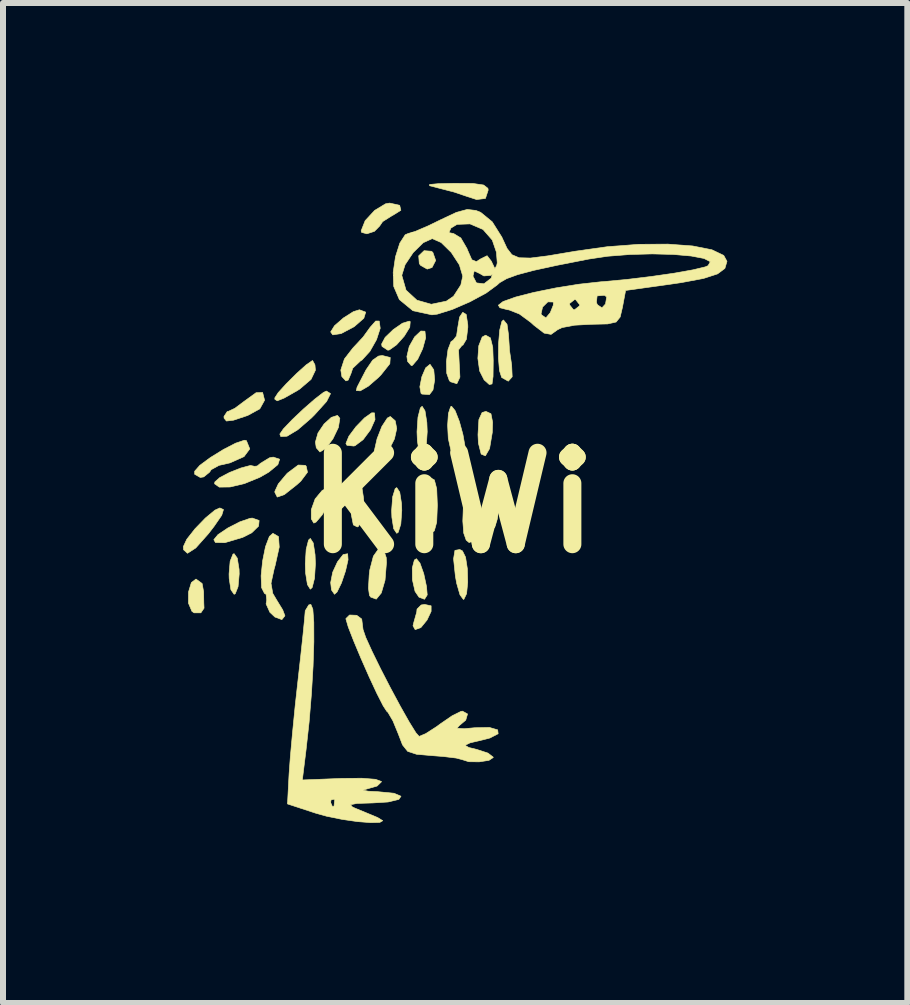
<source format=kicad_pcb>
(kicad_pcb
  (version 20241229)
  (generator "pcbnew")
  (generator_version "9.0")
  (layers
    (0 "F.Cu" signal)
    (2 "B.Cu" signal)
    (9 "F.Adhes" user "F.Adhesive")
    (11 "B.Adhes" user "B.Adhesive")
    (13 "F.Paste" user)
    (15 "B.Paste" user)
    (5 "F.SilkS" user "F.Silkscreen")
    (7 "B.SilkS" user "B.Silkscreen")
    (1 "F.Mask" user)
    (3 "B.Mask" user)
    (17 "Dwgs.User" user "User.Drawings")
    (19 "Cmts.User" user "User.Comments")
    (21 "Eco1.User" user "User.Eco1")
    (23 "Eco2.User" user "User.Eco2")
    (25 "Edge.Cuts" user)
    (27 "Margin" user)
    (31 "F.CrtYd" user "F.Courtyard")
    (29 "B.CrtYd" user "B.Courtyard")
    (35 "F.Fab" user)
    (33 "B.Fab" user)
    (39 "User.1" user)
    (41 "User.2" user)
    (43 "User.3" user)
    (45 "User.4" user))
  (footprint "KiWi"
    (layer "F.Cu")
    (at 4.492 5.329)
    (property "Reference" "KiWi" (at 0 0 0) (layer "F.SilkS") (effects (font (size 1.524 1.524) (thickness 0.3))))
    (attr through_hole)
    (fp_poly (pts (xy -0.352 -4.192) (xy -0.329 -4.173) (xy -0.282 -4.039) (xy -0.343 -3.921) (xy -0.423 -3.895) (xy -0.532 -3.956) (xy -0.555 -3.987) (xy -0.565 -4.116) (xy -0.475 -4.202) (xy -0.352 -4.192)) (stroke (width 0.01) (type solid)) (fill yes) (layer "F.SilkS"))
    (fp_poly (pts (xy -4.174 1.344) (xy -4.149 1.482) (xy -4.146 1.667) (xy -4.142 1.755) (xy -4.195 1.833) (xy -4.308 1.833) (xy -4.344 1.808) (xy -4.402 1.671) (xy -4.401 1.486) (xy -4.353 1.328) (xy -4.276 1.27) (xy -4.174 1.344)) (stroke (width 0.01) (type solid)) (fill yes) (layer "F.SilkS"))
    (fp_poly (pts (xy -1.991 -0.241) (xy -1.996 -0.144) (xy -2.068 0.024) (xy -2.173 0.2) (xy -2.274 0.319) (xy -2.313 0.338) (xy -2.355 0.267) (xy -2.355 0.114) (xy -2.291 -0.065) (xy -2.173 -0.207) (xy -2.048 -0.264) (xy -1.991 -0.241)) (stroke (width 0.01) (type solid)) (fill yes) (layer "F.SilkS"))
    (fp_poly (pts (xy -1.879 -1.408) (xy -1.903 -1.256) (xy -1.994 -1.067) (xy -2.112 -0.908) (xy -2.211 -0.847) (xy -2.272 -0.918) (xy -2.286 -1.013) (xy -2.243 -1.164) (xy -2.142 -1.314) (xy -2.02 -1.425) (xy -1.918 -1.457) (xy -1.879 -1.408)) (stroke (width 0.01) (type solid)) (fill yes) (layer "F.SilkS"))
    (fp_poly (pts (xy -1.742 0.949) (xy -1.784 1.134) (xy -1.852 1.335) (xy -1.925 1.485) (xy -1.968 1.524) (xy -2.018 1.452) (xy -2.032 1.329) (xy -1.998 1.156) (xy -1.918 0.983) (xy -1.824 0.862) (xy -1.749 0.848) (xy -1.742 0.949)) (stroke (width 0.01) (type solid)) (fill yes) (layer "F.SilkS"))
    (fp_poly (pts (xy -1.448 -3.178) (xy -1.479 -3.076) (xy -1.637 -2.938) (xy -1.648 -2.931) (xy -1.858 -2.82) (xy -1.997 -2.799) (xy -2.032 -2.848) (xy -1.968 -2.951) (xy -1.819 -3.081) (xy -1.653 -3.186) (xy -1.553 -3.217) (xy -1.448 -3.178)) (stroke (width 0.01) (type solid)) (fill yes) (layer "F.SilkS"))
    (fp_poly (pts (xy -0.544 1.004) (xy -0.481 1.18) (xy -0.435 1.394) (xy -0.423 1.535) (xy -0.468 1.607) (xy -0.56 1.572) (xy -0.626 1.475) (xy -0.67 1.281) (xy -0.672 1.085) (xy -0.637 0.953) (xy -0.603 0.931) (xy -0.544 1.004)) (stroke (width 0.01) (type solid)) (fill yes) (layer "F.SilkS"))
    (fp_poly (pts (xy -0.461 -2.86) (xy -0.449 -2.749) (xy -0.499 -2.568) (xy -0.582 -2.392) (xy -0.669 -2.291) (xy -0.688 -2.286) (xy -0.75 -2.356) (xy -0.762 -2.439) (xy -0.723 -2.605) (xy -0.633 -2.765) (xy -0.529 -2.863) (xy -0.461 -2.86)) (stroke (width 0.01) (type solid)) (fill yes) (layer "F.SilkS"))
    (fp_poly (pts (xy -0.375 -2.307) (xy -0.314 -2.217) (xy -0.299 -2.047) (xy -0.327 -1.881) (xy -0.386 -1.804) (xy -0.51 -1.812) (xy -0.526 -1.824) (xy -0.546 -1.933) (xy -0.513 -2.1) (xy -0.449 -2.249) (xy -0.377 -2.308) (xy -0.375 -2.307)) (stroke (width 0.01) (type solid)) (fill yes) (layer "F.SilkS"))
    (fp_poly (pts (xy -0.358 1.716) (xy -0.358 1.809) (xy -0.426 1.953) (xy -0.529 2.079) (xy -0.624 2.113) (xy -0.66 2.048) (xy -0.644 1.983) (xy -0.598 1.821) (xy -0.593 1.771) (xy -0.524 1.702) (xy -0.466 1.693) (xy -0.358 1.716)) (stroke (width 0.01) (type solid)) (fill yes) (layer "F.SilkS"))
    (fp_poly (pts (xy 0.639 -1.485) (xy 0.667 -1.342) (xy 0.661 -1.171) (xy 0.616 -0.904) (xy 0.546 -0.783) (xy 0.476 -0.812) (xy 0.43 -0.994) (xy 0.423 -1.136) (xy 0.438 -1.387) (xy 0.491 -1.504) (xy 0.555 -1.524) (xy 0.639 -1.485)) (stroke (width 0.01) (type solid)) (fill yes) (layer "F.SilkS"))
    (fp_poly (pts (xy -3.588 0.922) (xy -3.558 1.109) (xy -3.556 1.185) (xy -3.575 1.397) (xy -3.622 1.515) (xy -3.641 1.524) (xy -3.694 1.449) (xy -3.723 1.261) (xy -3.725 1.185) (xy -3.707 0.973) (xy -3.66 0.855) (xy -3.641 0.847) (xy -3.588 0.922)) (stroke (width 0.01) (type solid)) (fill yes) (layer "F.SilkS"))
    (fp_poly (pts (xy -3.224 0.294) (xy -3.233 0.388) (xy -3.348 0.5) (xy -3.499 0.576) (xy -3.796 0.664) (xy -3.952 0.661) (xy -3.979 0.614) (xy -3.91 0.53) (xy -3.745 0.419) (xy -3.546 0.317) (xy -3.375 0.258) (xy -3.337 0.254) (xy -3.224 0.294)) (stroke (width 0.01) (type solid)) (fill yes) (layer "F.SilkS"))
    (fp_poly (pts (xy -2.322 0.669) (xy -2.292 0.864) (xy -2.286 1.016) (xy -2.301 1.257) (xy -2.34 1.411) (xy -2.371 1.439) (xy -2.419 1.363) (xy -2.45 1.168) (xy -2.455 1.016) (xy -2.44 0.775) (xy -2.401 0.621) (xy -2.371 0.593) (xy -2.322 0.669)) (stroke (width 0.01) (type solid)) (fill yes) (layer "F.SilkS"))
    (fp_poly (pts (xy -1.518 -0.298) (xy -1.483 -0.072) (xy -1.482 0) (xy -1.505 0.25) (xy -1.567 0.39) (xy -1.587 0.402) (xy -1.654 0.368) (xy -1.688 0.197) (xy -1.693 0) (xy -1.68 -0.272) (xy -1.636 -0.394) (xy -1.587 -0.402) (xy -1.518 -0.298)) (stroke (width 0.01) (type solid)) (fill yes) (layer "F.SilkS"))
    (fp_poly (pts (xy -1.302 -1.499) (xy -1.293 -1.387) (xy -1.368 -1.218) (xy -1.491 -1.053) (xy -1.624 -0.953) (xy -1.645 -0.946) (xy -1.76 -0.958) (xy -1.778 -0.989) (xy -1.728 -1.111) (xy -1.61 -1.269) (xy -1.468 -1.415) (xy -1.348 -1.5) (xy -1.302 -1.499)) (stroke (width 0.01) (type solid)) (fill yes) (layer "F.SilkS"))
    (fp_poly (pts (xy -1.039 -2.422) (xy -1.046 -2.318) (xy -1.193 -2.133) (xy -1.239 -2.086) (xy -1.405 -1.943) (xy -1.539 -1.866) (xy -1.604 -1.871) (xy -1.592 -1.926) (xy -1.443 -2.215) (xy -1.332 -2.378) (xy -1.234 -2.446) (xy -1.172 -2.455) (xy -1.039 -2.422)) (stroke (width 0.01) (type solid)) (fill yes) (layer "F.SilkS"))
    (fp_poly (pts (xy -0.956 -1.367) (xy -0.931 -1.237) (xy -0.969 -1.066) (xy -1.058 -0.889) (xy -1.167 -0.754) (xy -1.262 -0.707) (xy -1.292 -0.729) (xy -1.305 -0.865) (xy -1.259 -1.067) (xy -1.179 -1.272) (xy -1.087 -1.413) (xy -1.038 -1.439) (xy -0.956 -1.367)) (stroke (width 0.01) (type solid)) (fill yes) (layer "F.SilkS"))
    (fp_poly (pts (xy -0.881 -0.178) (xy -0.851 0.013) (xy -0.847 0.127) (xy -0.863 0.354) (xy -0.906 0.491) (xy -0.931 0.508) (xy -0.982 0.432) (xy -1.012 0.241) (xy -1.016 0.127) (xy -0.999 -0.1) (xy -0.957 -0.237) (xy -0.931 -0.254) (xy -0.881 -0.178)) (stroke (width 0.01) (type solid)) (fill yes) (layer "F.SilkS"))
    (fp_poly (pts (xy -0.706 -3.02) (xy -0.714 -2.926) (xy -0.805 -2.778) (xy -0.934 -2.633) (xy -1.054 -2.548) (xy -1.079 -2.543) (xy -1.176 -2.606) (xy -1.183 -2.646) (xy -1.124 -2.757) (xy -0.989 -2.887) (xy -0.836 -2.993) (xy -0.722 -3.028) (xy -0.706 -3.02)) (stroke (width 0.01) (type solid)) (fill yes) (layer "F.SilkS"))
    (fp_poly (pts (xy -0.46 -1.533) (xy -0.429 -1.338) (xy -0.423 -1.185) (xy -0.439 -0.944) (xy -0.478 -0.791) (xy -0.508 -0.762) (xy -0.556 -0.838) (xy -0.587 -1.033) (xy -0.593 -1.185) (xy -0.577 -1.427) (xy -0.538 -1.58) (xy -0.508 -1.609) (xy -0.46 -1.533)) (stroke (width 0.01) (type solid)) (fill yes) (layer "F.SilkS"))
    (fp_poly (pts (xy -0.304 -0.382) (xy -0.265 -0.235) (xy -0.254 0.042) (xy -0.265 0.323) (xy -0.305 0.468) (xy -0.381 0.508) (xy -0.458 0.466) (xy -0.497 0.319) (xy -0.508 0.042) (xy -0.497 -0.238) (xy -0.457 -0.383) (xy -0.381 -0.423) (xy -0.304 -0.382)) (stroke (width 0.01) (type solid)) (fill yes) (layer "F.SilkS"))
    (fp_poly (pts (xy 0.302 -0.093) (xy 0.333 0.102) (xy 0.339 0.254) (xy 0.335 0.52) (xy 0.316 0.647) (xy 0.275 0.662) (xy 0.226 0.621) (xy 0.185 0.504) (xy 0.17 0.303) (xy 0.178 0.082) (xy 0.207 -0.097) (xy 0.254 -0.169) (xy 0.302 -0.093)) (stroke (width 0.01) (type solid)) (fill yes) (layer "F.SilkS"))
    (fp_poly (pts (xy 0.728 -0.263) (xy 0.758 -0.072) (xy 0.762 0.042) (xy 0.745 0.27) (xy 0.703 0.406) (xy 0.677 0.423) (xy 0.627 0.348) (xy 0.597 0.156) (xy 0.593 0.042) (xy 0.609 -0.185) (xy 0.652 -0.321) (xy 0.677 -0.339) (xy 0.728 -0.263)) (stroke (width 0.01) (type solid)) (fill yes) (layer "F.SilkS"))
    (fp_poly (pts (xy -3.818 0.112) (xy -3.847 0.207) (xy -3.976 0.394) (xy -4.071 0.517) (xy -4.28 0.752) (xy -4.418 0.841) (xy -4.483 0.782) (xy -4.487 0.73) (xy -4.43 0.608) (xy -4.292 0.432) (xy -4.119 0.253) (xy -3.961 0.122) (xy -3.879 0.085) (xy -3.818 0.112)) (stroke (width 0.01) (type solid)) (fill yes) (layer "F.SilkS"))
    (fp_poly (pts (xy -3.133 -1.71) (xy -3.213 -1.566) (xy -3.414 -1.456) (xy -3.651 -1.377) (xy -3.769 -1.363) (xy -3.808 -1.411) (xy -3.81 -1.439) (xy -3.755 -1.522) (xy -3.738 -1.524) (xy -3.629 -1.575) (xy -3.471 -1.693) (xy -3.275 -1.835) (xy -3.166 -1.839) (xy -3.133 -1.71)) (stroke (width 0.01) (type solid)) (fill yes) (layer "F.SilkS"))
    (fp_poly (pts (xy -2.456 -0.625) (xy -2.44 -0.611) (xy -2.418 -0.51) (xy -2.53 -0.361) (xy -2.592 -0.305) (xy -2.804 -0.137) (xy -2.922 -0.096) (xy -2.962 -0.175) (xy -2.962 -0.191) (xy -2.904 -0.316) (xy -2.765 -0.482) (xy -2.746 -0.5) (xy -2.572 -0.63) (xy -2.456 -0.625)) (stroke (width 0.01) (type solid)) (fill yes) (layer "F.SilkS"))
    (fp_poly (pts (xy -1.154 0.773) (xy -1.106 0.912) (xy -1.102 0.995) (xy -1.126 1.29) (xy -1.188 1.502) (xy -1.272 1.605) (xy -1.366 1.57) (xy -1.386 1.541) (xy -1.402 1.422) (xy -1.39 1.204) (xy -1.38 1.118) (xy -1.32 0.889) (xy -1.235 0.769) (xy -1.154 0.773)) (stroke (width 0.01) (type solid)) (fill yes) (layer "F.SilkS"))
    (fp_poly (pts (xy 0.042 -1.536) (xy 0.112 -1.358) (xy 0.172 -1.139) (xy 0.207 -0.941) (xy 0.2 -0.828) (xy 0.095 -0.765) (xy -0.01 -0.847) (xy -0.033 -0.896) (xy -0.072 -1.073) (xy -0.083 -1.292) (xy -0.07 -1.489) (xy -0.033 -1.601) (xy -0.017 -1.609) (xy 0.042 -1.536)) (stroke (width 0.01) (type solid)) (fill yes) (layer "F.SilkS"))
    (fp_poly (pts (xy 0.164 0.801) (xy 0.216 0.906) (xy 0.246 1.1) (xy 0.252 1.323) (xy 0.233 1.513) (xy 0.188 1.607) (xy 0.179 1.609) (xy 0.123 1.533) (xy 0.068 1.342) (xy 0.046 1.22) (xy 0.016 0.933) (xy 0.039 0.792) (xy 0.12 0.778) (xy 0.164 0.801)) (stroke (width 0.01) (type solid)) (fill yes) (layer "F.SilkS"))
    (fp_poly (pts (xy 0.63 -2.749) (xy 0.669 -2.592) (xy 0.677 -2.371) (xy 0.674 -2.105) (xy 0.657 -1.981) (xy 0.612 -1.971) (xy 0.526 -2.048) (xy 0.525 -2.049) (xy 0.45 -2.198) (xy 0.421 -2.408) (xy 0.436 -2.617) (xy 0.493 -2.763) (xy 0.55 -2.794) (xy 0.63 -2.749)) (stroke (width 0.01) (type solid)) (fill yes) (layer "F.SilkS"))
    (fp_poly (pts (xy 0.907 -2.975) (xy 0.931 -2.805) (xy 0.949 -2.534) (xy 0.984 -2.297) (xy 0.993 -2.1) (xy 0.928 -2.027) (xy 0.818 -2.088) (xy 0.781 -2.203) (xy 0.764 -2.412) (xy 0.766 -2.656) (xy 0.785 -2.88) (xy 0.821 -3.023) (xy 0.847 -3.048) (xy 0.907 -2.975)) (stroke (width 0.01) (type solid)) (fill yes) (layer "F.SilkS"))
    (fp_poly (pts (xy -2.034 -1.82) (xy -2.1 -1.689) (xy -2.301 -1.466) (xy -2.353 -1.414) (xy -2.58 -1.218) (xy -2.759 -1.11) (xy -2.863 -1.104) (xy -2.879 -1.146) (xy -2.82 -1.232) (xy -2.675 -1.384) (xy -2.486 -1.563) (xy -2.297 -1.728) (xy -2.153 -1.839) (xy -2.103 -1.863) (xy -2.034 -1.82)) (stroke (width 0.01) (type solid)) (fill yes) (layer "F.SilkS"))
    (fp_poly (pts (xy -0.882 -4.958) (xy -0.862 -4.875) (xy -0.998 -4.79) (xy -1.008 -4.786) (xy -1.166 -4.686) (xy -1.217 -4.611) (xy -1.303 -4.524) (xy -1.429 -4.483) (xy -1.517 -4.507) (xy -1.524 -4.533) (xy -1.457 -4.702) (xy -1.299 -4.873) (xy -1.117 -4.983) (xy -1.049 -4.995) (xy -0.882 -4.958)) (stroke (width 0.01) (type solid)) (fill yes) (layer "F.SilkS"))
    (fp_poly (pts (xy 0.338 -5.322) (xy 0.517 -5.296) (xy 0.588 -5.241) (xy 0.593 -5.212) (xy 0.547 -5.072) (xy 0.4 -5.054) (xy 0.254 -5.101) (xy 0.019 -5.18) (xy -0.252 -5.25) (xy -0.254 -5.251) (xy -0.384 -5.284) (xy -0.384 -5.305) (xy -0.242 -5.318) (xy 0.021 -5.324) (xy 0.338 -5.322)) (stroke (width 0.01) (type solid)) (fill yes) (layer "F.SilkS"))
    (fp_poly (pts (xy -2.294 -2.3) (xy -2.286 -2.21) (xy -2.359 -2.057) (xy -2.549 -1.895) (xy -2.587 -1.871) (xy -2.809 -1.745) (xy -2.922 -1.7) (xy -2.961 -1.724) (xy -2.963 -1.748) (xy -2.907 -1.835) (xy -2.77 -1.986) (xy -2.599 -2.156) (xy -2.44 -2.299) (xy -2.339 -2.369) (xy -2.333 -2.371) (xy -2.294 -2.3)) (stroke (width 0.01) (type solid)) (fill yes) (layer "F.SilkS"))
    (fp_poly (pts (xy -3.436 -1.037) (xy -3.38 -0.899) (xy -3.476 -0.77) (xy -3.709 -0.666) (xy -3.893 -0.624) (xy -4.024 -0.552) (xy -4.048 -0.513) (xy -4.147 -0.432) (xy -4.205 -0.423) (xy -4.298 -0.476) (xy -4.298 -0.527) (xy -4.212 -0.625) (xy -4.036 -0.755) (xy -3.821 -0.888) (xy -3.616 -0.994) (xy -3.471 -1.043) (xy -3.436 -1.037)) (stroke (width 0.01) (type solid)) (fill yes) (layer "F.SilkS"))
    (fp_poly (pts (xy -1.223 -3.029) (xy -1.206 -2.909) (xy -1.268 -2.719) (xy -1.379 -2.523) (xy -1.509 -2.381) (xy -1.536 -2.364) (xy -1.664 -2.243) (xy -1.693 -2.156) (xy -1.74 -2.045) (xy -1.778 -2.032) (xy -1.845 -2.103) (xy -1.863 -2.213) (xy -1.803 -2.397) (xy -1.664 -2.577) (xy -1.491 -2.763) (xy -1.374 -2.925) (xy -1.281 -3.03) (xy -1.223 -3.029)) (stroke (width 0.01) (type solid)) (fill yes) (layer "F.SilkS"))
    (fp_poly (pts (xy -2.882 -0.727) (xy -2.912 -0.636) (xy -3.064 -0.511) (xy -3.214 -0.425) (xy -3.471 -0.32) (xy -3.709 -0.264) (xy -3.888 -0.262) (xy -3.966 -0.317) (xy -3.962 -0.348) (xy -3.881 -0.42) (xy -3.717 -0.506) (xy -3.527 -0.581) (xy -3.369 -0.623) (xy -3.302 -0.609) (xy -3.302 -0.608) (xy -3.255 -0.614) (xy -3.2 -0.66) (xy -3.05 -0.751) (xy -2.989 -0.762) (xy -2.882 -0.727)) (stroke (width 0.01) (type solid)) (fill yes) (layer "F.SilkS"))
    (fp_poly (pts (xy -2.901 0.563) (xy -2.889 0.737) (xy -2.957 1.043) (xy -2.974 1.103) (xy -3.026 1.341) (xy -2.997 1.509) (xy -2.932 1.619) (xy -2.831 1.784) (xy -2.794 1.882) (xy -2.845 1.946) (xy -2.961 1.903) (xy -3.045 1.824) (xy -3.108 1.684) (xy -3.097 1.62) (xy -3.108 1.524) (xy -3.135 1.509) (xy -3.183 1.414) (xy -3.191 1.215) (xy -3.166 0.969) (xy -3.118 0.731) (xy -3.053 0.56) (xy -2.994 0.508) (xy -2.901 0.563)) (stroke (width 0.01) (type solid)) (fill yes) (layer "F.SilkS"))
    (fp_poly (pts (xy 0.227 -3.139) (xy 0.253 -2.967) (xy 0.254 -2.926) (xy 0.23 -2.726) (xy 0.171 -2.627) (xy 0.158 -2.625) (xy 0.099 -2.549) (xy 0.11 -2.331) (xy 0.11 -2.33) (xy 0.122 -2.095) (xy 0.071 -1.985) (xy -0.034 -2.017) (xy -0.054 -2.035) (xy -0.098 -2.159) (xy -0.103 -2.354) (xy -0.077 -2.553) (xy -0.026 -2.687) (xy 0.009 -2.709) (xy 0.066 -2.782) (xy 0.085 -2.916) (xy 0.116 -3.095) (xy 0.169 -3.175) (xy 0.227 -3.139)) (stroke (width 0.01) (type solid)) (fill yes) (layer "F.SilkS"))
    (fp_poly (pts (xy -2.329 1.773) (xy -2.313 1.99) (xy -2.312 2.317) (xy -2.325 2.723) (xy -2.352 3.178) (xy -2.391 3.653) (xy -2.441 4.108) (xy -2.504 4.618) (xy -1.845 4.592) (xy -1.514 4.589) (xy -1.284 4.607) (xy -1.187 4.643) (xy -1.185 4.648) (xy -1.258 4.719) (xy -1.418 4.765) (xy -1.493 4.788) (xy -1.407 4.805) (xy -1.249 4.813) (xy -0.975 4.84) (xy -0.86 4.889) (xy -0.896 4.942) (xy -1.075 4.985) (xy -1.333 5.001) (xy -1.593 5.009) (xy -1.7 5.03) (xy -1.672 5.066) (xy -1.63 5.086) (xy -1.388 5.186) (xy -1.249 5.244) (xy -1.164 5.297) (xy -1.213 5.325) (xy -1.364 5.329) (xy -1.584 5.312) (xy -1.84 5.275) (xy -2.1 5.222) (xy -2.286 5.17) (xy -2.752 5.017) (xy -2.75 4.995) (xy -2.032 4.995) (xy -2.001 5.065) (xy -1.976 5.052) (xy -1.965 4.951) (xy -1.976 4.939) (xy -2.026 4.951) (xy -2.032 4.995) (xy -2.75 4.995) (xy -2.725 4.52) (xy -2.704 4.234) (xy -2.668 3.836) (xy -2.623 3.379) (xy -2.577 2.963) (xy -2.531 2.551) (xy -2.493 2.197) (xy -2.467 1.935) (xy -2.456 1.803) (xy -2.456 1.799) (xy -2.397 1.701) (xy -2.362 1.693) (xy -2.329 1.773)) (stroke (width 0.01) (type solid)) (fill yes) (layer "F.SilkS"))
    (fp_poly (pts (xy -1.598 1.874) (xy -1.516 1.935) (xy -1.513 1.947) (xy -1.493 2.108) (xy -1.492 2.113) (xy -1.448 2.242) (xy -1.344 2.471) (xy -1.201 2.763) (xy -1.037 3.081) (xy -0.871 3.39) (xy -0.723 3.652) (xy -0.612 3.831) (xy -0.558 3.892) (xy -0.448 3.846) (xy -0.266 3.729) (xy -0.204 3.683) (xy -0.009 3.549) (xy 0.138 3.476) (xy 0.164 3.471) (xy 0.249 3.518) (xy 0.219 3.621) (xy 0.11 3.713) (xy 0.074 3.756) (xy 0.194 3.764) (xy 0.364 3.748) (xy 0.614 3.743) (xy 0.751 3.783) (xy 0.759 3.848) (xy 0.621 3.919) (xy 0.529 3.943) (xy 0.29 4) (xy 0.208 4.04) (xy 0.27 4.077) (xy 0.402 4.109) (xy 0.589 4.17) (xy 0.676 4.237) (xy 0.677 4.244) (xy 0.606 4.291) (xy 0.444 4.316) (xy 0.269 4.314) (xy 0.159 4.279) (xy 0.06 4.253) (xy -0.154 4.227) (xy -0.335 4.213) (xy -0.6 4.19) (xy -0.749 4.141) (xy -0.835 4.033) (xy -0.904 3.853) (xy -0.994 3.634) (xy -1.077 3.492) (xy -1.097 3.474) (xy -1.157 3.382) (xy -1.262 3.176) (xy -1.391 2.899) (xy -1.526 2.593) (xy -1.648 2.302) (xy -1.739 2.068) (xy -1.778 1.935) (xy -1.778 1.929) (xy -1.717 1.869) (xy -1.598 1.874)) (stroke (width 0.01) (type solid)) (fill yes) (layer "F.SilkS"))
    (fp_poly (pts (xy 0.389 -4.872) (xy 0.468 -4.84) (xy 0.66 -4.683) (xy 0.821 -4.427) (xy 0.832 -4.402) (xy 0.907 -4.24) (xy 0.988 -4.135) (xy 1.108 -4.084) (xy 1.298 -4.079) (xy 1.59 -4.116) (xy 2.017 -4.188) (xy 2.032 -4.191) (xy 2.578 -4.268) (xy 3.106 -4.308) (xy 3.589 -4.311) (xy 4.003 -4.28) (xy 4.321 -4.217) (xy 4.518 -4.123) (xy 4.572 -4.024) (xy 4.537 -3.906) (xy 4.415 -3.815) (xy 4.181 -3.739) (xy 3.813 -3.67) (xy 3.622 -3.642) (xy 2.883 -3.539) (xy 2.83 -3.257) (xy 2.792 -3.096) (xy 2.725 -3.013) (xy 2.583 -2.981) (xy 2.319 -2.975) (xy 2.309 -2.975) (xy 2.033 -2.96) (xy 1.823 -2.92) (xy 1.75 -2.885) (xy 1.641 -2.807) (xy 1.525 -2.828) (xy 1.355 -2.959) (xy 1.304 -3.006) (xy 1.111 -3.148) (xy 1.102 -3.151) (xy 1.474 -3.151) (xy 1.483 -3.131) (xy 1.555 -3.082) (xy 1.628 -3.17) (xy 1.681 -3.302) (xy 1.947 -3.302) (xy 2.012 -3.22) (xy 2.032 -3.217) (xy 2.114 -3.282) (xy 2.117 -3.302) (xy 2.089 -3.337) (xy 2.396 -3.337) (xy 2.415 -3.299) (xy 2.489 -3.25) (xy 2.548 -3.314) (xy 2.567 -3.43) (xy 2.532 -3.459) (xy 2.408 -3.448) (xy 2.396 -3.337) (xy 2.089 -3.337) (xy 2.052 -3.384) (xy 2.032 -3.387) (xy 1.95 -3.322) (xy 1.947 -3.302) (xy 1.681 -3.302) (xy 1.681 -3.303) (xy 1.677 -3.346) (xy 1.587 -3.349) (xy 1.499 -3.262) (xy 1.474 -3.151) (xy 1.102 -3.151) (xy 0.937 -3.216) (xy 0.919 -3.217) (xy 0.788 -3.251) (xy 0.762 -3.293) (xy 0.84 -3.354) (xy 1.05 -3.429) (xy 1.354 -3.507) (xy 1.718 -3.581) (xy 2.103 -3.643) (xy 2.475 -3.684) (xy 2.498 -3.685) (xy 2.899 -3.722) (xy 3.311 -3.772) (xy 3.694 -3.827) (xy 4.007 -3.883) (xy 4.211 -3.932) (xy 4.257 -3.952) (xy 4.294 -4.018) (xy 4.19 -4.072) (xy 3.975 -4.113) (xy 3.678 -4.139) (xy 3.328 -4.148) (xy 2.953 -4.138) (xy 2.582 -4.109) (xy 2.269 -4.062) (xy 1.74 -3.958) (xy 1.353 -3.874) (xy 1.082 -3.802) (xy 0.901 -3.736) (xy 0.785 -3.669) (xy 0.742 -3.63) (xy 0.558 -3.495) (xy 0.287 -3.349) (xy -0.006 -3.222) (xy -0.256 -3.144) (xy -0.345 -3.133) (xy -0.661 -3.201) (xy -0.887 -3.387) (xy -0.981 -3.606) (xy -0.988 -3.791) (xy -0.847 -3.791) (xy -0.776 -3.544) (xy -0.595 -3.377) (xy -0.355 -3.309) (xy -0.104 -3.361) (xy 0.015 -3.442) (xy 0.137 -3.63) (xy 0.169 -3.776) (xy 0.169 -3.778) (xy 0.339 -3.778) (xy 0.397 -3.665) (xy 0.523 -3.65) (xy 0.642 -3.743) (xy 0.644 -3.747) (xy 0.662 -3.807) (xy 0.635 -3.79) (xy 0.521 -3.781) (xy 0.452 -3.821) (xy 0.36 -3.865) (xy 0.339 -3.778) (xy 0.169 -3.778) (xy 0.113 -3.965) (xy -0.022 -4.172) (xy -0.19 -4.337) (xy -0.339 -4.403) (xy -0.489 -4.335) (xy -0.657 -4.17) (xy -0.792 -3.968) (xy -0.847 -3.791) (xy -0.988 -3.791) (xy -0.99 -3.841) (xy -0.952 -4.1) (xy -0.88 -4.327) (xy -0.79 -4.467) (xy -0.743 -4.487) (xy -0.69 -4.503) (xy -0.062 -4.503) (xy 0.017 -4.487) (xy 0.137 -4.414) (xy 0.241 -4.235) (xy 0.245 -4.222) (xy 0.32 -4.051) (xy 0.396 -4.019) (xy 0.464 -4.063) (xy 0.575 -4.118) (xy 0.648 -4.023) (xy 0.653 -4.01) (xy 0.704 -3.903) (xy 0.734 -3.953) (xy 0.744 -3.998) (xy 0.73 -4.177) (xy 0.661 -4.379) (xy 0.507 -4.555) (xy 0.29 -4.648) (xy 0.074 -4.64) (xy -0.027 -4.579) (xy -0.062 -4.503) (xy -0.69 -4.503) (xy -0.623 -4.523) (xy -0.406 -4.616) (xy -0.203 -4.715) (xy 0.065 -4.841) (xy 0.244 -4.889) (xy 0.389 -4.872)) (stroke (width 0.01) (type solid)) (fill yes) (layer "F.SilkS")))
  (gr_rect
    (start -3 -3)
    (end 12.069 13.663)
    (stroke (width 0.1) (type default))
    (fill no)
    (layer "Edge.Cuts")))
</source>
